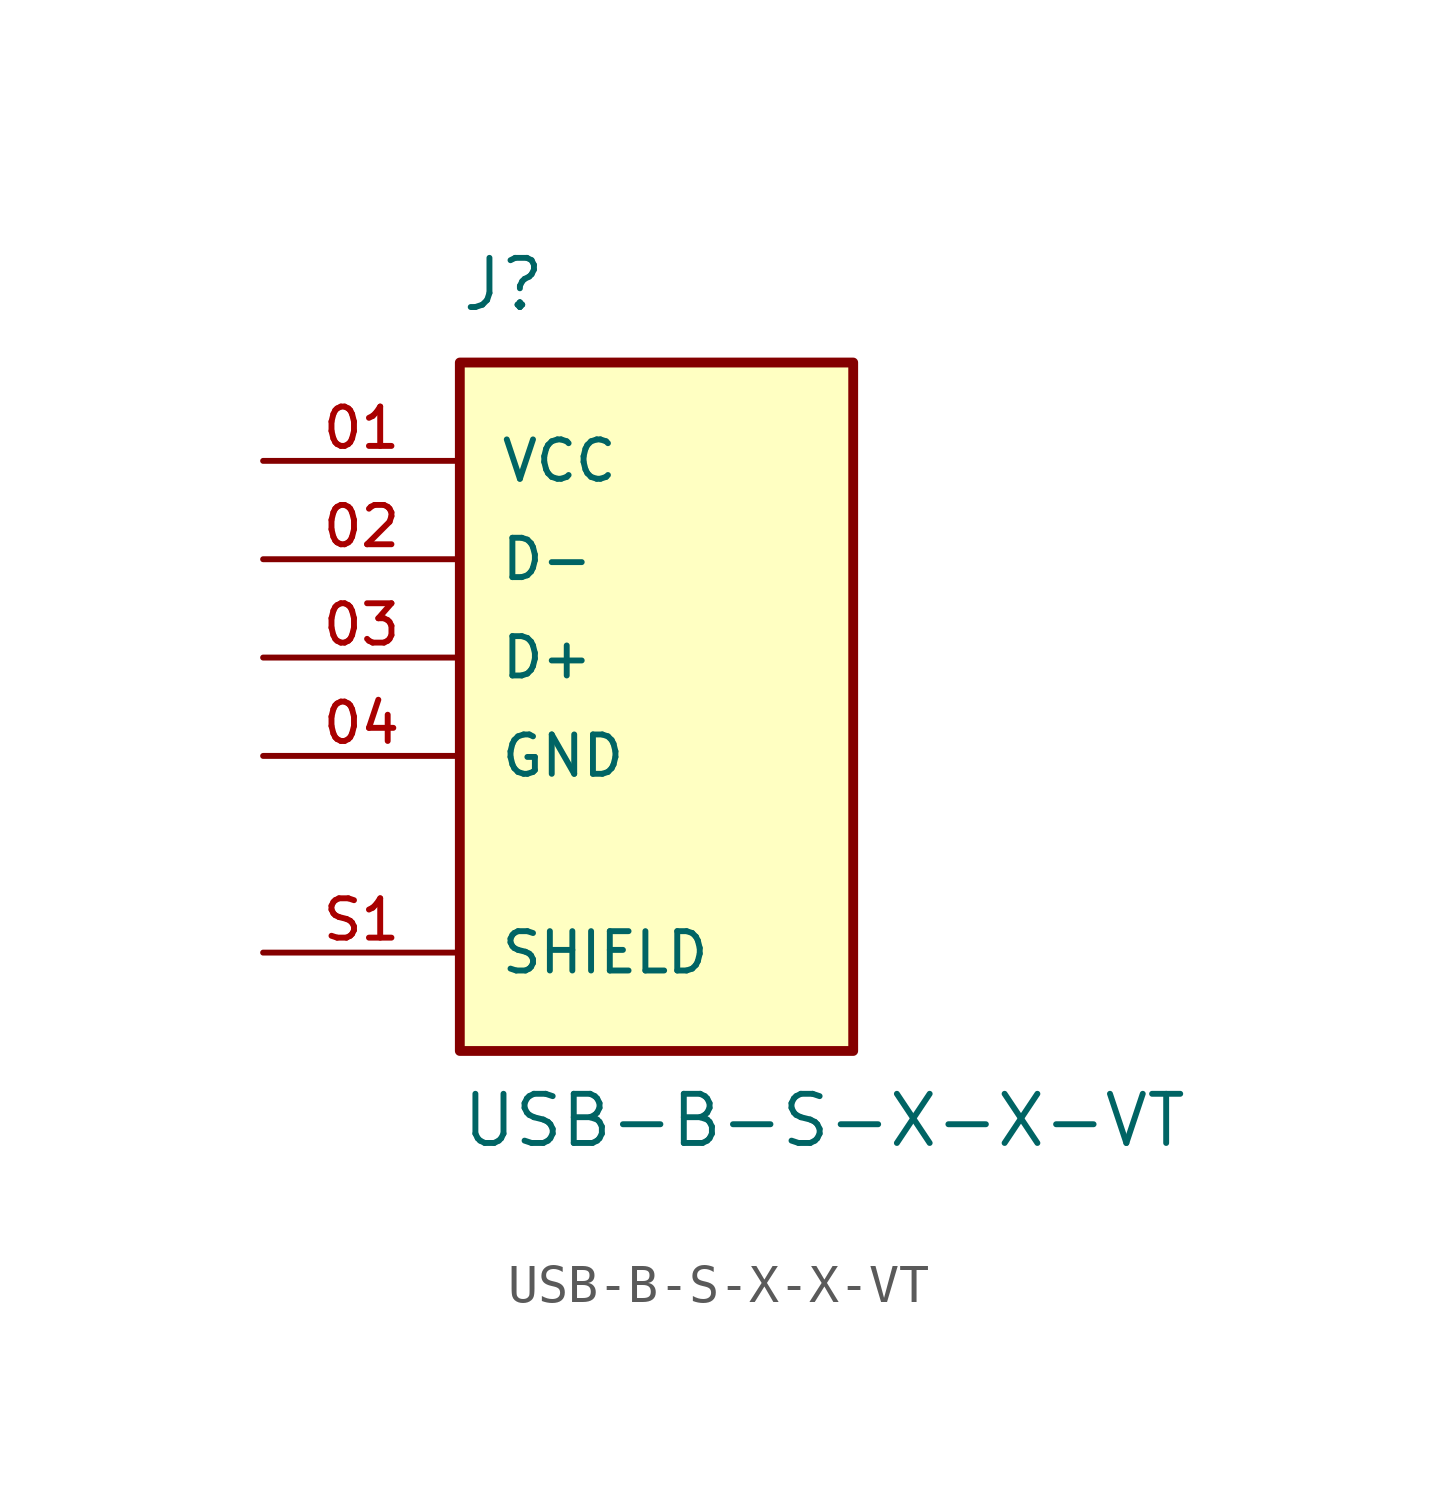
<source format=kicad_sym>
(kicad_symbol_lib
  (version 20211014)
  (generator kicad_symbol_editor)
  (symbol "USB-B-S-X-X-VT"
    (pin_names
      (offset 1.016))
    (property "Reference" "J"
      (at -5.08 8.89 0)
      (effects (font (size 1.27 1.27)) (justify bottom left)))
    (property "Value" "USB-B-S-X-X-VT"
      (at -5.08 -12.7 0)
      (effects (font (size 1.27 1.27)) (justify bottom left)))
    (symbol "USB-B-S-X-X-VT_0_0"
      (rectangle (start -5.08 -10.16) (end 5.08 7.62) (stroke (width 0.254)) (fill (type background)))
      (pin power_in line (at -10.16 5.08 0) (length 5.08) (name "VCC" (effects (font (size 1.016 1.016)))) (number "01" (effects (font (size 1.016 1.016)))))
      (pin bidirectional line (at -10.16 2.54 0) (length 5.08) (name "D-" (effects (font (size 1.016 1.016)))) (number "02" (effects (font (size 1.016 1.016)))))
      (pin bidirectional line (at -10.16 0.0 0) (length 5.08) (name "D+" (effects (font (size 1.016 1.016)))) (number "03" (effects (font (size 1.016 1.016)))))
      (pin power_in line (at -10.16 -2.54 0) (length 5.08) (name "GND" (effects (font (size 1.016 1.016)))) (number "04" (effects (font (size 1.016 1.016)))))
      (pin passive line (at -10.16 -7.62 0) (length 5.08) (name "SHIELD" (effects (font (size 1.016 1.016)))) (number "S1" (effects (font (size 1.016 1.016)))))
      (pin passive line (at -10.16 -7.62 0) (length 5.08) hide (name "SHIELD" (effects (font (size 1.016 1.016)))) (number "S2" (effects (font (size 1.016 1.016))))))))
</source>
